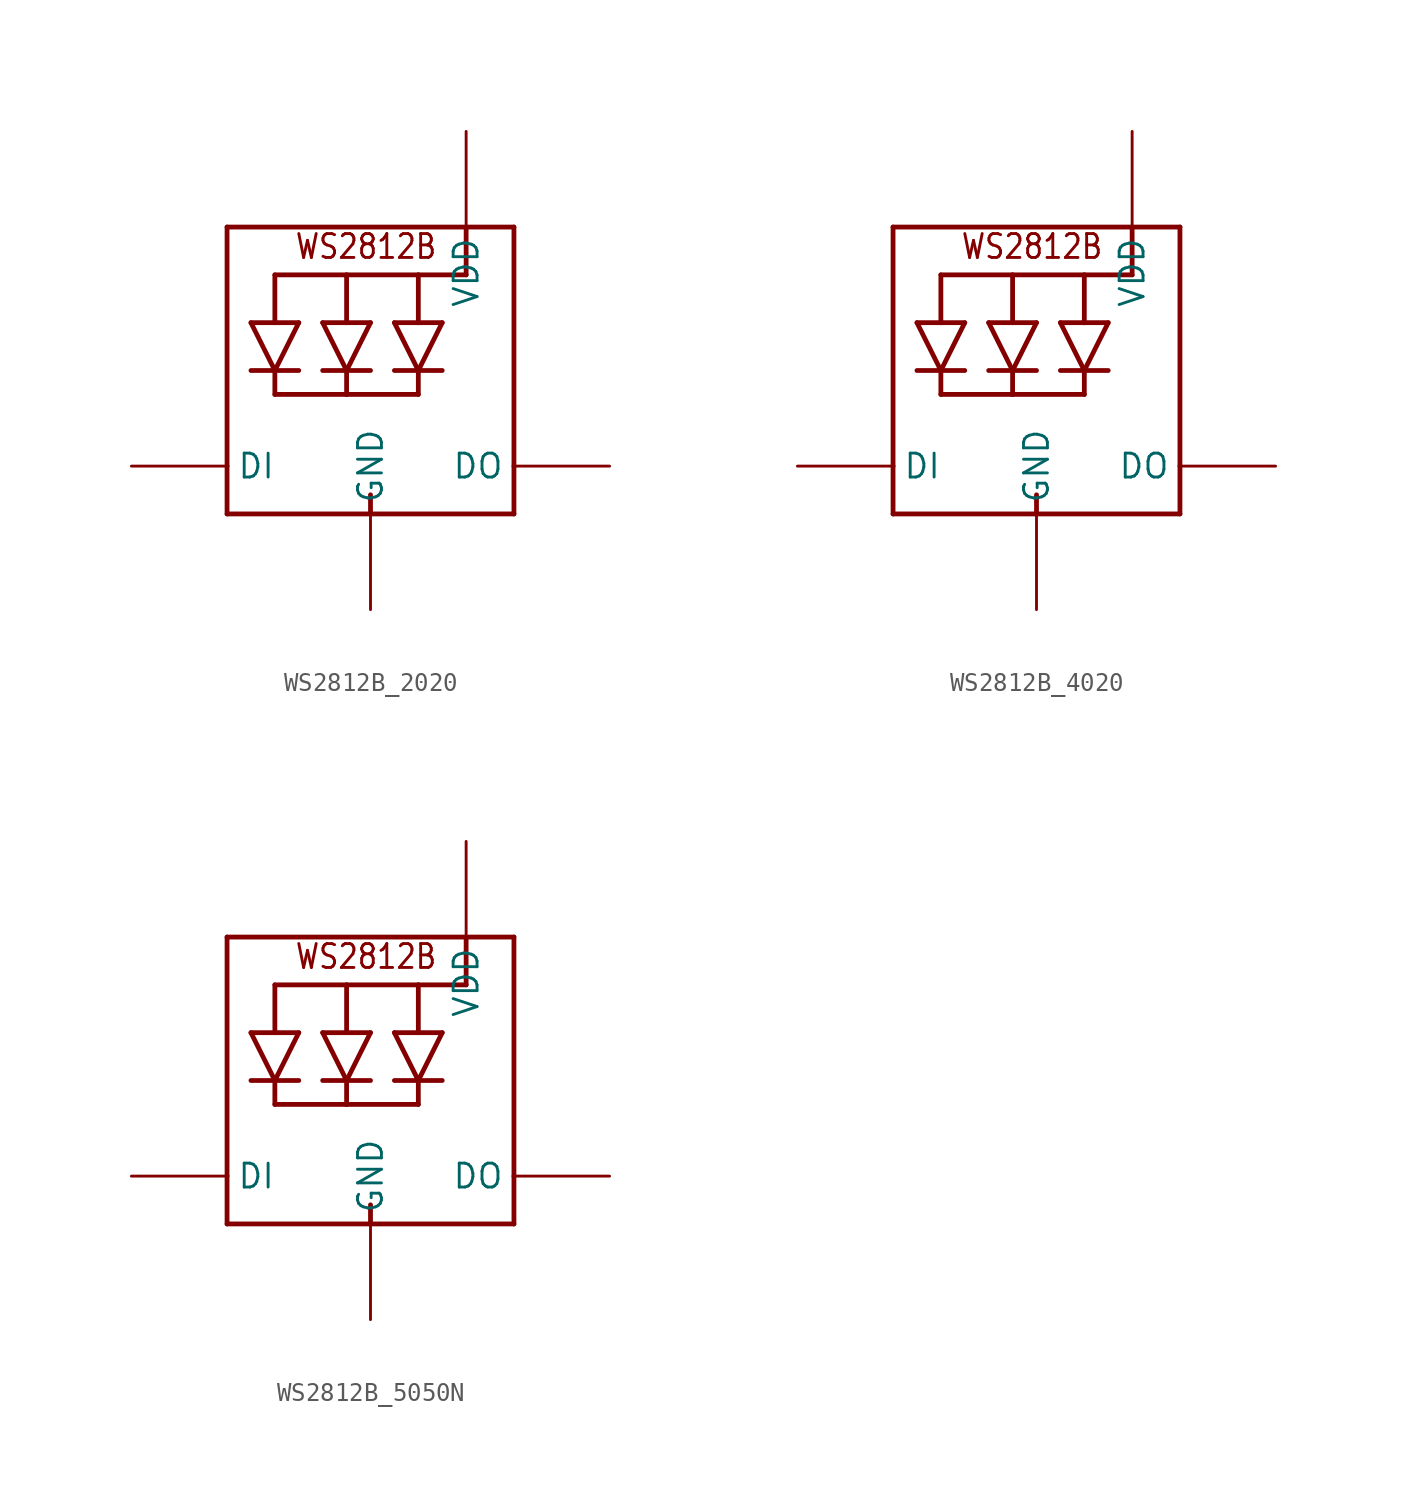
<source format=kicad_sym>
(kicad_symbol_lib
  (version 20231120)
  (generator "kicad_symbol_editor")
  (generator_version "8.0")
  (symbol "WS2812B_2020"
    (property "Reference" "LED"
      (at 0 0 0)
      (effects (font (size 1.27 1.27)) (hide yes)))
    (property "ki_locked" ""
      (at 0 0 0)
      (effects (font (size 1.27 1.27))))
    (symbol "WS2812B_2020_1_0"
      (polyline (pts (xy -7.62 -5.08) (xy 0 -5.08)) (stroke (width 0.254) (type solid)) (fill (type none)))
      (polyline (pts (xy -7.62 -2.54) (xy -7.62 -5.08)) (stroke (width 0.254) (type solid)) (fill (type none)))
      (polyline (pts (xy -7.62 10.16) (xy -7.62 -2.54)) (stroke (width 0.254) (type solid)) (fill (type none)))
      (polyline (pts (xy -6.35 2.54) (xy -5.08 2.54)) (stroke (width 0.254) (type solid)) (fill (type none)))
      (polyline (pts (xy -6.35 5.08) (xy -5.08 5.08)) (stroke (width 0.254) (type solid)) (fill (type none)))
      (polyline (pts (xy -5.08 2.54) (xy -6.35 5.08)) (stroke (width 0.254) (type solid)) (fill (type none)))
      (polyline (pts (xy -5.08 2.54) (xy -5.08 1.27)) (stroke (width 0.254) (type solid)) (fill (type none)))
      (polyline (pts (xy -5.08 2.54) (xy -3.81 5.08)) (stroke (width 0.254) (type solid)) (fill (type none)))
      (polyline (pts (xy -5.08 5.08) (xy -3.81 5.08)) (stroke (width 0.254) (type solid)) (fill (type none)))
      (polyline (pts (xy -5.08 7.62) (xy -5.08 5.08)) (stroke (width 0.254) (type solid)) (fill (type none)))
      (polyline (pts (xy -3.81 2.54) (xy -5.08 2.54)) (stroke (width 0.254) (type solid)) (fill (type none)))
      (polyline (pts (xy -2.54 2.54) (xy -1.27 2.54)) (stroke (width 0.254) (type solid)) (fill (type none)))
      (polyline (pts (xy -2.54 5.08) (xy 0 5.08)) (stroke (width 0.254) (type solid)) (fill (type none)))
      (polyline (pts (xy -1.27 1.27) (xy -5.08 1.27)) (stroke (width 0.254) (type solid)) (fill (type none)))
      (polyline (pts (xy -1.27 2.54) (xy -2.54 5.08)) (stroke (width 0.254) (type solid)) (fill (type none)))
      (polyline (pts (xy -1.27 2.54) (xy -1.27 1.27)) (stroke (width 0.254) (type solid)) (fill (type none)))
      (polyline (pts (xy -1.27 2.54) (xy 0 2.54)) (stroke (width 0.254) (type solid)) (fill (type none)))
      (polyline (pts (xy -1.27 5.08) (xy -1.27 7.62)) (stroke (width 0.254) (type solid)) (fill (type none)))
      (polyline (pts (xy -1.27 7.62) (xy -5.08 7.62)) (stroke (width 0.254) (type solid)) (fill (type none)))
      (polyline (pts (xy 0 -5.08) (xy 7.62 -5.08)) (stroke (width 0.254) (type solid)) (fill (type none)))
      (polyline (pts (xy 0 -4.064) (xy 0 -5.08)) (stroke (width 0.254) (type solid)) (fill (type none)))
      (polyline (pts (xy 0 5.08) (xy -1.27 2.54)) (stroke (width 0.254) (type solid)) (fill (type none)))
      (polyline (pts (xy 1.27 5.08) (xy 2.54 2.54)) (stroke (width 0.254) (type solid)) (fill (type none)))
      (polyline (pts (xy 1.27 5.08) (xy 2.54 5.08)) (stroke (width 0.254) (type solid)) (fill (type none)))
      (polyline (pts (xy 2.54 1.27) (xy -1.27 1.27)) (stroke (width 0.254) (type solid)) (fill (type none)))
      (polyline (pts (xy 2.54 2.54) (xy 1.27 2.54)) (stroke (width 0.254) (type solid)) (fill (type none)))
      (polyline (pts (xy 2.54 2.54) (xy 2.54 1.27)) (stroke (width 0.254) (type solid)) (fill (type none)))
      (polyline (pts (xy 2.54 2.54) (xy 3.81 2.54)) (stroke (width 0.254) (type solid)) (fill (type none)))
      (polyline (pts (xy 2.54 2.54) (xy 3.81 5.08)) (stroke (width 0.254) (type solid)) (fill (type none)))
      (polyline (pts (xy 2.54 5.08) (xy 2.54 7.62)) (stroke (width 0.254) (type solid)) (fill (type none)))
      (polyline (pts (xy 2.54 7.62) (xy -1.27 7.62)) (stroke (width 0.254) (type solid)) (fill (type none)))
      (polyline (pts (xy 2.54 7.62) (xy 5.08 7.62)) (stroke (width 0.254) (type solid)) (fill (type none)))
      (polyline (pts (xy 3.81 5.08) (xy 2.54 5.08)) (stroke (width 0.254) (type solid)) (fill (type none)))
      (polyline (pts (xy 5.08 10.16) (xy -7.62 10.16)) (stroke (width 0.254) (type solid)) (fill (type none)))
      (polyline (pts (xy 5.08 10.16) (xy 5.08 7.62)) (stroke (width 0.254) (type solid)) (fill (type none)))
      (polyline (pts (xy 7.62 -5.08) (xy 7.62 -2.54)) (stroke (width 0.254) (type solid)) (fill (type none)))
      (polyline (pts (xy 7.62 -2.54) (xy 7.62 10.16)) (stroke (width 0.254) (type solid)) (fill (type none)))
      (polyline (pts (xy 7.62 10.16) (xy 5.08 10.16)) (stroke (width 0.254) (type solid)) (fill (type none)))
      (text "WS2812B" (at -4.064 8.382 0) (effects (font (size 1.27 1.079)) (justify left bottom)))
      (pin output line (at 12.7 -2.54 180) (length 5.08) (name "DO" (effects (font (size 1.27 1.27)))) (number "1" (effects (font (size 0 0)))))
      (pin power_in line (at 0 -10.16 90) (length 5.08) (name "GND" (effects (font (size 1.27 1.27)))) (number "2" (effects (font (size 0 0)))))
      (pin input line (at -12.7 -2.54 0) (length 5.08) (name "DI" (effects (font (size 1.27 1.27)))) (number "3" (effects (font (size 0 0)))))
      (pin power_in line (at 5.08 15.24 270) (length 5.08) (name "VDD" (effects (font (size 1.27 1.27)))) (number "4" (effects (font (size 0 0)))))))
  (symbol "WS2812B_4020"
    (property "Reference" "LED"
      (at 0 0 0)
      (effects (font (size 1.27 1.27)) (hide yes)))
    (property "ki_locked" ""
      (at 0 0 0)
      (effects (font (size 1.27 1.27))))
    (symbol "WS2812B_4020_1_0"
      (polyline (pts (xy -7.62 -5.08) (xy 0 -5.08)) (stroke (width 0.254) (type solid)) (fill (type none)))
      (polyline (pts (xy -7.62 -2.54) (xy -7.62 -5.08)) (stroke (width 0.254) (type solid)) (fill (type none)))
      (polyline (pts (xy -7.62 10.16) (xy -7.62 -2.54)) (stroke (width 0.254) (type solid)) (fill (type none)))
      (polyline (pts (xy -6.35 2.54) (xy -5.08 2.54)) (stroke (width 0.254) (type solid)) (fill (type none)))
      (polyline (pts (xy -6.35 5.08) (xy -5.08 5.08)) (stroke (width 0.254) (type solid)) (fill (type none)))
      (polyline (pts (xy -5.08 2.54) (xy -6.35 5.08)) (stroke (width 0.254) (type solid)) (fill (type none)))
      (polyline (pts (xy -5.08 2.54) (xy -5.08 1.27)) (stroke (width 0.254) (type solid)) (fill (type none)))
      (polyline (pts (xy -5.08 2.54) (xy -3.81 5.08)) (stroke (width 0.254) (type solid)) (fill (type none)))
      (polyline (pts (xy -5.08 5.08) (xy -3.81 5.08)) (stroke (width 0.254) (type solid)) (fill (type none)))
      (polyline (pts (xy -5.08 7.62) (xy -5.08 5.08)) (stroke (width 0.254) (type solid)) (fill (type none)))
      (polyline (pts (xy -3.81 2.54) (xy -5.08 2.54)) (stroke (width 0.254) (type solid)) (fill (type none)))
      (polyline (pts (xy -2.54 2.54) (xy -1.27 2.54)) (stroke (width 0.254) (type solid)) (fill (type none)))
      (polyline (pts (xy -2.54 5.08) (xy 0 5.08)) (stroke (width 0.254) (type solid)) (fill (type none)))
      (polyline (pts (xy -1.27 1.27) (xy -5.08 1.27)) (stroke (width 0.254) (type solid)) (fill (type none)))
      (polyline (pts (xy -1.27 2.54) (xy -2.54 5.08)) (stroke (width 0.254) (type solid)) (fill (type none)))
      (polyline (pts (xy -1.27 2.54) (xy -1.27 1.27)) (stroke (width 0.254) (type solid)) (fill (type none)))
      (polyline (pts (xy -1.27 2.54) (xy 0 2.54)) (stroke (width 0.254) (type solid)) (fill (type none)))
      (polyline (pts (xy -1.27 5.08) (xy -1.27 7.62)) (stroke (width 0.254) (type solid)) (fill (type none)))
      (polyline (pts (xy -1.27 7.62) (xy -5.08 7.62)) (stroke (width 0.254) (type solid)) (fill (type none)))
      (polyline (pts (xy 0 -5.08) (xy 7.62 -5.08)) (stroke (width 0.254) (type solid)) (fill (type none)))
      (polyline (pts (xy 0 -4.064) (xy 0 -5.08)) (stroke (width 0.254) (type solid)) (fill (type none)))
      (polyline (pts (xy 0 5.08) (xy -1.27 2.54)) (stroke (width 0.254) (type solid)) (fill (type none)))
      (polyline (pts (xy 1.27 5.08) (xy 2.54 2.54)) (stroke (width 0.254) (type solid)) (fill (type none)))
      (polyline (pts (xy 1.27 5.08) (xy 2.54 5.08)) (stroke (width 0.254) (type solid)) (fill (type none)))
      (polyline (pts (xy 2.54 1.27) (xy -1.27 1.27)) (stroke (width 0.254) (type solid)) (fill (type none)))
      (polyline (pts (xy 2.54 2.54) (xy 1.27 2.54)) (stroke (width 0.254) (type solid)) (fill (type none)))
      (polyline (pts (xy 2.54 2.54) (xy 2.54 1.27)) (stroke (width 0.254) (type solid)) (fill (type none)))
      (polyline (pts (xy 2.54 2.54) (xy 3.81 2.54)) (stroke (width 0.254) (type solid)) (fill (type none)))
      (polyline (pts (xy 2.54 2.54) (xy 3.81 5.08)) (stroke (width 0.254) (type solid)) (fill (type none)))
      (polyline (pts (xy 2.54 5.08) (xy 2.54 7.62)) (stroke (width 0.254) (type solid)) (fill (type none)))
      (polyline (pts (xy 2.54 7.62) (xy -1.27 7.62)) (stroke (width 0.254) (type solid)) (fill (type none)))
      (polyline (pts (xy 2.54 7.62) (xy 5.08 7.62)) (stroke (width 0.254) (type solid)) (fill (type none)))
      (polyline (pts (xy 3.81 5.08) (xy 2.54 5.08)) (stroke (width 0.254) (type solid)) (fill (type none)))
      (polyline (pts (xy 5.08 10.16) (xy -7.62 10.16)) (stroke (width 0.254) (type solid)) (fill (type none)))
      (polyline (pts (xy 5.08 10.16) (xy 5.08 7.62)) (stroke (width 0.254) (type solid)) (fill (type none)))
      (polyline (pts (xy 7.62 -5.08) (xy 7.62 -2.54)) (stroke (width 0.254) (type solid)) (fill (type none)))
      (polyline (pts (xy 7.62 -2.54) (xy 7.62 10.16)) (stroke (width 0.254) (type solid)) (fill (type none)))
      (polyline (pts (xy 7.62 10.16) (xy 5.08 10.16)) (stroke (width 0.254) (type solid)) (fill (type none)))
      (text "WS2812B" (at -4.064 8.382 0) (effects (font (size 1.27 1.079)) (justify left bottom)))
      (pin input line (at -12.7 -2.54 0) (length 5.08) (name "DI" (effects (font (size 1.27 1.27)))) (number "1" (effects (font (size 0 0)))))
      (pin power_in line (at 5.08 15.24 270) (length 5.08) (name "VDD" (effects (font (size 1.27 1.27)))) (number "2" (effects (font (size 0 0)))))
      (pin output line (at 12.7 -2.54 180) (length 5.08) (name "DO" (effects (font (size 1.27 1.27)))) (number "3" (effects (font (size 0 0)))))
      (pin power_in line (at 0 -10.16 90) (length 5.08) (name "GND" (effects (font (size 1.27 1.27)))) (number "4" (effects (font (size 0 0)))))))
  (symbol "WS2812B_5050N"
    (property "Reference" "LED"
      (at 0 0 0)
      (effects (font (size 1.27 1.27)) (hide yes)))
    (property "ki_locked" ""
      (at 0 0 0)
      (effects (font (size 1.27 1.27))))
    (symbol "WS2812B_5050N_1_0"
      (polyline (pts (xy -7.62 -5.08) (xy 0 -5.08)) (stroke (width 0.254) (type solid)) (fill (type none)))
      (polyline (pts (xy -7.62 -2.54) (xy -7.62 -5.08)) (stroke (width 0.254) (type solid)) (fill (type none)))
      (polyline (pts (xy -7.62 10.16) (xy -7.62 -2.54)) (stroke (width 0.254) (type solid)) (fill (type none)))
      (polyline (pts (xy -6.35 2.54) (xy -5.08 2.54)) (stroke (width 0.254) (type solid)) (fill (type none)))
      (polyline (pts (xy -6.35 5.08) (xy -5.08 5.08)) (stroke (width 0.254) (type solid)) (fill (type none)))
      (polyline (pts (xy -5.08 2.54) (xy -6.35 5.08)) (stroke (width 0.254) (type solid)) (fill (type none)))
      (polyline (pts (xy -5.08 2.54) (xy -5.08 1.27)) (stroke (width 0.254) (type solid)) (fill (type none)))
      (polyline (pts (xy -5.08 2.54) (xy -3.81 5.08)) (stroke (width 0.254) (type solid)) (fill (type none)))
      (polyline (pts (xy -5.08 5.08) (xy -3.81 5.08)) (stroke (width 0.254) (type solid)) (fill (type none)))
      (polyline (pts (xy -5.08 7.62) (xy -5.08 5.08)) (stroke (width 0.254) (type solid)) (fill (type none)))
      (polyline (pts (xy -3.81 2.54) (xy -5.08 2.54)) (stroke (width 0.254) (type solid)) (fill (type none)))
      (polyline (pts (xy -2.54 2.54) (xy -1.27 2.54)) (stroke (width 0.254) (type solid)) (fill (type none)))
      (polyline (pts (xy -2.54 5.08) (xy 0 5.08)) (stroke (width 0.254) (type solid)) (fill (type none)))
      (polyline (pts (xy -1.27 1.27) (xy -5.08 1.27)) (stroke (width 0.254) (type solid)) (fill (type none)))
      (polyline (pts (xy -1.27 2.54) (xy -2.54 5.08)) (stroke (width 0.254) (type solid)) (fill (type none)))
      (polyline (pts (xy -1.27 2.54) (xy -1.27 1.27)) (stroke (width 0.254) (type solid)) (fill (type none)))
      (polyline (pts (xy -1.27 2.54) (xy 0 2.54)) (stroke (width 0.254) (type solid)) (fill (type none)))
      (polyline (pts (xy -1.27 5.08) (xy -1.27 7.62)) (stroke (width 0.254) (type solid)) (fill (type none)))
      (polyline (pts (xy -1.27 7.62) (xy -5.08 7.62)) (stroke (width 0.254) (type solid)) (fill (type none)))
      (polyline (pts (xy 0 -5.08) (xy 7.62 -5.08)) (stroke (width 0.254) (type solid)) (fill (type none)))
      (polyline (pts (xy 0 -4.064) (xy 0 -5.08)) (stroke (width 0.254) (type solid)) (fill (type none)))
      (polyline (pts (xy 0 5.08) (xy -1.27 2.54)) (stroke (width 0.254) (type solid)) (fill (type none)))
      (polyline (pts (xy 1.27 5.08) (xy 2.54 2.54)) (stroke (width 0.254) (type solid)) (fill (type none)))
      (polyline (pts (xy 1.27 5.08) (xy 2.54 5.08)) (stroke (width 0.254) (type solid)) (fill (type none)))
      (polyline (pts (xy 2.54 1.27) (xy -1.27 1.27)) (stroke (width 0.254) (type solid)) (fill (type none)))
      (polyline (pts (xy 2.54 2.54) (xy 1.27 2.54)) (stroke (width 0.254) (type solid)) (fill (type none)))
      (polyline (pts (xy 2.54 2.54) (xy 2.54 1.27)) (stroke (width 0.254) (type solid)) (fill (type none)))
      (polyline (pts (xy 2.54 2.54) (xy 3.81 2.54)) (stroke (width 0.254) (type solid)) (fill (type none)))
      (polyline (pts (xy 2.54 2.54) (xy 3.81 5.08)) (stroke (width 0.254) (type solid)) (fill (type none)))
      (polyline (pts (xy 2.54 5.08) (xy 2.54 7.62)) (stroke (width 0.254) (type solid)) (fill (type none)))
      (polyline (pts (xy 2.54 7.62) (xy -1.27 7.62)) (stroke (width 0.254) (type solid)) (fill (type none)))
      (polyline (pts (xy 2.54 7.62) (xy 5.08 7.62)) (stroke (width 0.254) (type solid)) (fill (type none)))
      (polyline (pts (xy 3.81 5.08) (xy 2.54 5.08)) (stroke (width 0.254) (type solid)) (fill (type none)))
      (polyline (pts (xy 5.08 10.16) (xy -7.62 10.16)) (stroke (width 0.254) (type solid)) (fill (type none)))
      (polyline (pts (xy 5.08 10.16) (xy 5.08 7.62)) (stroke (width 0.254) (type solid)) (fill (type none)))
      (polyline (pts (xy 7.62 -5.08) (xy 7.62 -2.54)) (stroke (width 0.254) (type solid)) (fill (type none)))
      (polyline (pts (xy 7.62 -2.54) (xy 7.62 10.16)) (stroke (width 0.254) (type solid)) (fill (type none)))
      (polyline (pts (xy 7.62 10.16) (xy 5.08 10.16)) (stroke (width 0.254) (type solid)) (fill (type none)))
      (text "WS2812B" (at -4.064 8.382 0) (effects (font (size 1.27 1.079)) (justify left bottom)))
      (pin power_in line (at 5.08 15.24 270) (length 5.08) (name "VDD" (effects (font (size 1.27 1.27)))) (number "1-VDD" (effects (font (size 0 0)))))
      (pin output line (at 12.7 -2.54 180) (length 5.08) (name "DO" (effects (font (size 1.27 1.27)))) (number "2-DOUT" (effects (font (size 0 0)))))
      (pin power_in line (at 0 -10.16 90) (length 5.08) (name "GND" (effects (font (size 1.27 1.27)))) (number "3-GND" (effects (font (size 0 0)))))
      (pin input line (at -12.7 -2.54 0) (length 5.08) (name "DI" (effects (font (size 1.27 1.27)))) (number "4-DIN" (effects (font (size 0 0))))))))
</source>
